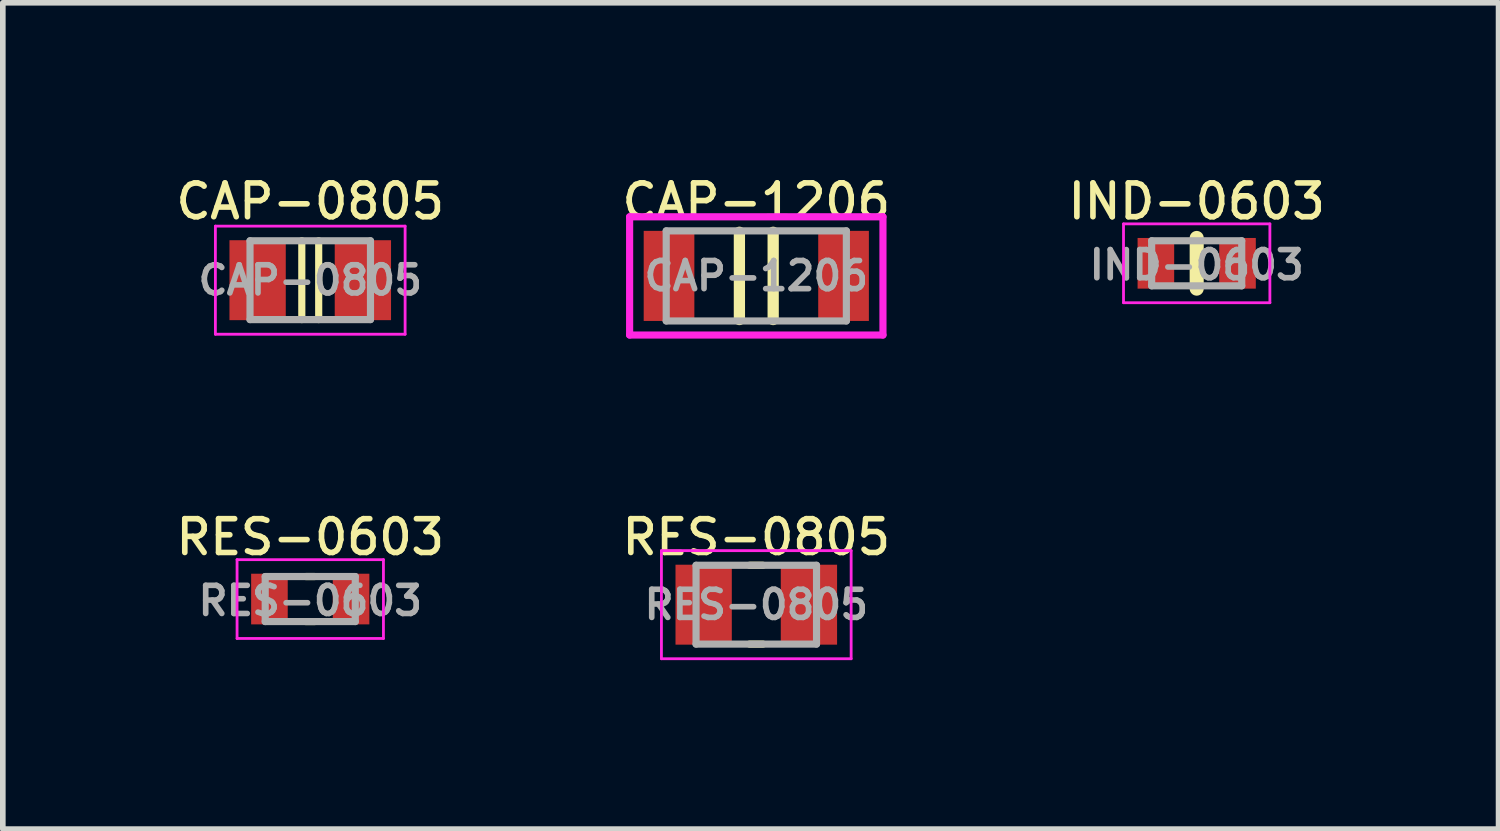
<source format=kicad_pcb>
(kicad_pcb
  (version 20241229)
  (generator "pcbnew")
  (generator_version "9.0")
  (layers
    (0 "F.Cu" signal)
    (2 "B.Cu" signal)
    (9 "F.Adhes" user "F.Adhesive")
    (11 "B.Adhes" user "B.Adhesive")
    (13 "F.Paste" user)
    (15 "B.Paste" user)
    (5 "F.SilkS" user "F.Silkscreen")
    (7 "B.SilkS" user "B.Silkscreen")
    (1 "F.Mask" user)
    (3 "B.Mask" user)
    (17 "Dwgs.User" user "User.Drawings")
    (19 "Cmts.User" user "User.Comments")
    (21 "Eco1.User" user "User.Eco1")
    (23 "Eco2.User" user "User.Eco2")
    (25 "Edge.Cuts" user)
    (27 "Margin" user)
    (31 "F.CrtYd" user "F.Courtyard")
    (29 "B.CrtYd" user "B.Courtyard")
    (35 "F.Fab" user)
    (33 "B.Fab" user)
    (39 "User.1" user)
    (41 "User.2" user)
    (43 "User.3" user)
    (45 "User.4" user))
  (footprint "RES-0805"
    (layer "F.Cu")
    (at 10.384 7.691)
    (property "Reference" "RES-0805" (at 0 -1.2 0) (layer "F.SilkS") (effects (font (size 0.6 0.6) (thickness 0.1) (bold yes))))
    (attr smd)
    (fp_line (start -0.12 -0.7) (end 0.12 -0.7) (stroke (width 0.127) (type solid)) (layer "F.SilkS"))
    (fp_line (start -0.12 0.7) (end 0.12 0.7) (stroke (width 0.127) (type solid)) (layer "F.SilkS"))
    (fp_line (start -1.685 -0.96) (end 1.685 -0.96) (stroke (width 0.05) (type solid)) (layer "F.CrtYd"))
    (fp_line (start -1.685 0.96) (end -1.685 -0.96) (stroke (width 0.05) (type solid)) (layer "F.CrtYd"))
    (fp_line (start -1.685 0.96) (end 1.685 0.96) (stroke (width 0.05) (type solid)) (layer "F.CrtYd"))
    (fp_line (start 1.685 0.96) (end 1.685 -0.96) (stroke (width 0.05) (type solid)) (layer "F.CrtYd"))
    (fp_line (start -1.07 0.7) (end -1.07 -0.7) (stroke (width 0.127) (type solid)) (layer "F.Fab"))
    (fp_line (start 1.07 -0.7) (end -1.07 -0.7) (stroke (width 0.127) (type solid)) (layer "F.Fab"))
    (fp_line (start 1.07 0.7) (end -1.07 0.7) (stroke (width 0.127) (type solid)) (layer "F.Fab"))
    (fp_line (start 1.07 0.7) (end 1.07 -0.7) (stroke (width 0.127) (type solid)) (layer "F.Fab"))
    (fp_text user "${REFERENCE}" (at 0 0 0) (layer "F.Fab") (effects (font (size 0.5 0.5) (thickness 0.1) (bold yes))))
    (pad "1" smd rect (at -0.935 0) (size 1 1.42) (layers "F.Cu" "F.Mask" "F.Paste"))
    (pad "2" smd rect (at 0.935 0) (size 1 1.42) (layers "F.Cu" "F.Mask" "F.Paste")))
  (footprint "CAP-0805"
    (layer "F.Cu")
    (at 2.461 1.927)
    (property "Reference" "CAP-0805" (at 0 -1.4 0) (layer "F.SilkS") (effects (font (size 0.6 0.6) (thickness 0.1) (bold yes))))
    (attr smd)
    (fp_line (start -0.15 -0.7) (end -0.15 0.7) (stroke (width 0.127) (type solid)) (layer "F.SilkS"))
    (fp_line (start 0.15 0.7) (end 0.15 -0.7) (stroke (width 0.127) (type solid)) (layer "F.SilkS"))
    (fp_line (start -1.685 -0.96) (end 1.685 -0.96) (stroke (width 0.05) (type solid)) (layer "F.CrtYd"))
    (fp_line (start -1.685 0.96) (end -1.685 -0.96) (stroke (width 0.05) (type solid)) (layer "F.CrtYd"))
    (fp_line (start -1.685 0.96) (end 1.685 0.96) (stroke (width 0.05) (type solid)) (layer "F.CrtYd"))
    (fp_line (start 1.685 0.96) (end 1.685 -0.96) (stroke (width 0.05) (type solid)) (layer "F.CrtYd"))
    (fp_line (start -1.07 0.7) (end -1.07 -0.7) (stroke (width 0.127) (type solid)) (layer "F.Fab"))
    (fp_line (start 1.07 -0.7) (end -1.07 -0.7) (stroke (width 0.127) (type solid)) (layer "F.Fab"))
    (fp_line (start 1.07 0.7) (end -1.07 0.7) (stroke (width 0.127) (type solid)) (layer "F.Fab"))
    (fp_line (start 1.07 0.7) (end 1.07 -0.7) (stroke (width 0.127) (type solid)) (layer "F.Fab"))
    (fp_text user "${REFERENCE}" (at 0 0 0) (layer "F.Fab") (effects (font (size 0.5 0.5) (thickness 0.1) (bold yes))))
    (pad "1" smd rect (at -0.935 0) (size 1 1.42) (layers "F.Cu" "F.Mask" "F.Paste"))
    (pad "2" smd rect (at 0.935 0) (size 1 1.42) (layers "F.Cu" "F.Mask" "F.Paste")))
  (footprint "RES-0603"
    (layer "F.Cu")
    (at 2.461 7.591)
    (property "Reference" "RES-0603" (at 0 -1.1 0) (layer "F.SilkS") (effects (font (size 0.6 0.6) (thickness 0.1) (bold yes))))
    (attr smd)
    (fp_line (start -0.08 -0.4) (end 0.08 -0.4) (stroke (width 0.127) (type solid)) (layer "F.SilkS"))
    (fp_line (start -0.08 0.4) (end 0.08 0.4) (stroke (width 0.127) (type solid)) (layer "F.SilkS"))
    (fp_line (start -1.3 -0.7) (end -1.3 0.7) (stroke (width 0.05) (type solid)) (layer "F.CrtYd"))
    (fp_line (start -1.3 0.7) (end 1.3 0.7) (stroke (width 0.05) (type solid)) (layer "F.CrtYd"))
    (fp_line (start 1.3 -0.7) (end -1.3 -0.7) (stroke (width 0.05) (type solid)) (layer "F.CrtYd"))
    (fp_line (start 1.3 0.7) (end 1.3 -0.7) (stroke (width 0.05) (type solid)) (layer "F.CrtYd"))
    (fp_line (start -0.8 -0.4) (end -0.8 0.4) (stroke (width 0.127) (type solid)) (layer "F.Fab"))
    (fp_line (start -0.8 -0.4) (end 0.8 -0.4) (stroke (width 0.127) (type solid)) (layer "F.Fab"))
    (fp_line (start -0.8 0.4) (end 0.8 0.4) (stroke (width 0.127) (type solid)) (layer "F.Fab"))
    (fp_line (start 0.8 -0.4) (end 0.8 0.4) (stroke (width 0.127) (type solid)) (layer "F.Fab"))
    (fp_text user "${REFERENCE}" (at 0 0.03 0) (layer "F.Fab") (effects (font (size 0.5 0.5) (thickness 0.1) (bold yes))))
    (pad "1" smd rect (at -0.725 0) (size 0.65 0.9) (layers "F.Cu" "F.Mask" "F.Paste"))
    (pad "2" smd rect (at 0.725 0) (size 0.65 0.9) (layers "F.Cu" "F.Mask" "F.Paste")))
  (footprint "IND-0603"
    (layer "F.Cu")
    (at 18.207 1.627)
    (property "Reference" "IND-0603" (at 0 -1.1 0) (layer "F.SilkS") (effects (font (size 0.6 0.6) (thickness 0.1) (bold yes))))
    (attr smd)
    (fp_line (start 0 0.45) (end 0 -0.45) (stroke (width 0.25) (type solid)) (layer "F.SilkS"))
    (fp_line (start -1.3 -0.7) (end -1.3 0.7) (stroke (width 0.05) (type solid)) (layer "F.CrtYd"))
    (fp_line (start -1.3 0.7) (end 1.3 0.7) (stroke (width 0.05) (type solid)) (layer "F.CrtYd"))
    (fp_line (start 1.3 -0.7) (end -1.3 -0.7) (stroke (width 0.05) (type solid)) (layer "F.CrtYd"))
    (fp_line (start 1.3 0.7) (end 1.3 -0.7) (stroke (width 0.05) (type solid)) (layer "F.CrtYd"))
    (fp_line (start -0.8 -0.4) (end -0.8 0.4) (stroke (width 0.127) (type solid)) (layer "F.Fab"))
    (fp_line (start -0.8 -0.4) (end 0.8 -0.4) (stroke (width 0.127) (type solid)) (layer "F.Fab"))
    (fp_line (start -0.8 0.4) (end 0.8 0.4) (stroke (width 0.127) (type solid)) (layer "F.Fab"))
    (fp_line (start 0.8 -0.4) (end 0.8 0.4) (stroke (width 0.127) (type solid)) (layer "F.Fab"))
    (fp_text user "${REFERENCE}" (at 0 0.03 0) (layer "F.Fab") (effects (font (size 0.5 0.5) (thickness 0.1) (bold yes))))
    (pad "1" smd rect (at -0.725 0) (size 0.65 0.9) (layers "F.Cu" "F.Mask" "F.Paste"))
    (pad "2" smd rect (at 0.725 0) (size 0.65 0.9) (layers "F.Cu" "F.Mask" "F.Paste")))
  (footprint "CAP-1206"
    (layer "F.Cu")
    (at 10.384 1.851)
    (property "Reference" "CAP-1206" (at 0 -1.325 0) (layer "F.SilkS") (effects (font (size 0.6 0.6) (thickness 0.1) (bold yes))))
    (attr smd)
    (fp_line (start -0.3 0.775) (end -0.3 -0.775) (stroke (width 0.2) (type solid)) (layer "F.SilkS"))
    (fp_line (start 0.3 0.775) (end 0.3 -0.775) (stroke (width 0.2) (type solid)) (layer "F.SilkS"))
    (fp_line (start -2.25 -1.05) (end 2.25 -1.05) (stroke (width 0.127) (type solid)) (layer "F.CrtYd"))
    (fp_line (start -2.25 1.05) (end -2.25 -1.05) (stroke (width 0.127) (type solid)) (layer "F.CrtYd"))
    (fp_line (start -2.25 1.05) (end 2.25 1.05) (stroke (width 0.127) (type solid)) (layer "F.CrtYd"))
    (fp_line (start 2.25 -1.05) (end 2.25 1.05) (stroke (width 0.127) (type solid)) (layer "F.CrtYd"))
    (fp_line (start -1.6 -0.8) (end -1.6 0.8) (stroke (width 0.127) (type solid)) (layer "F.Fab"))
    (fp_line (start -1.6 -0.8) (end 1.6 -0.8) (stroke (width 0.127) (type solid)) (layer "F.Fab"))
    (fp_line (start -1.6 0.8) (end 1.6 0.8) (stroke (width 0.127) (type solid)) (layer "F.Fab"))
    (fp_line (start 1.6 0.8) (end 1.6 -0.8) (stroke (width 0.127) (type solid)) (layer "F.Fab"))
    (fp_text user "${REFERENCE}" (at 0 0 0) (layer "F.Fab") (effects (font (size 0.5 0.5) (thickness 0.1) (bold yes))))
    (pad "1" smd rect (at -1.55 0) (size 0.9 1.6) (layers "F.Cu" "F.Mask" "F.Paste"))
    (pad "2" smd rect (at 1.55 0) (size 0.9 1.6) (layers "F.Cu" "F.Mask" "F.Paste")))
  (gr_rect
    (start -3 -3)
    (end 23.569 11.677)
    (stroke (width 0.1) (type default))
    (fill no)
    (layer "Edge.Cuts")))
</source>
